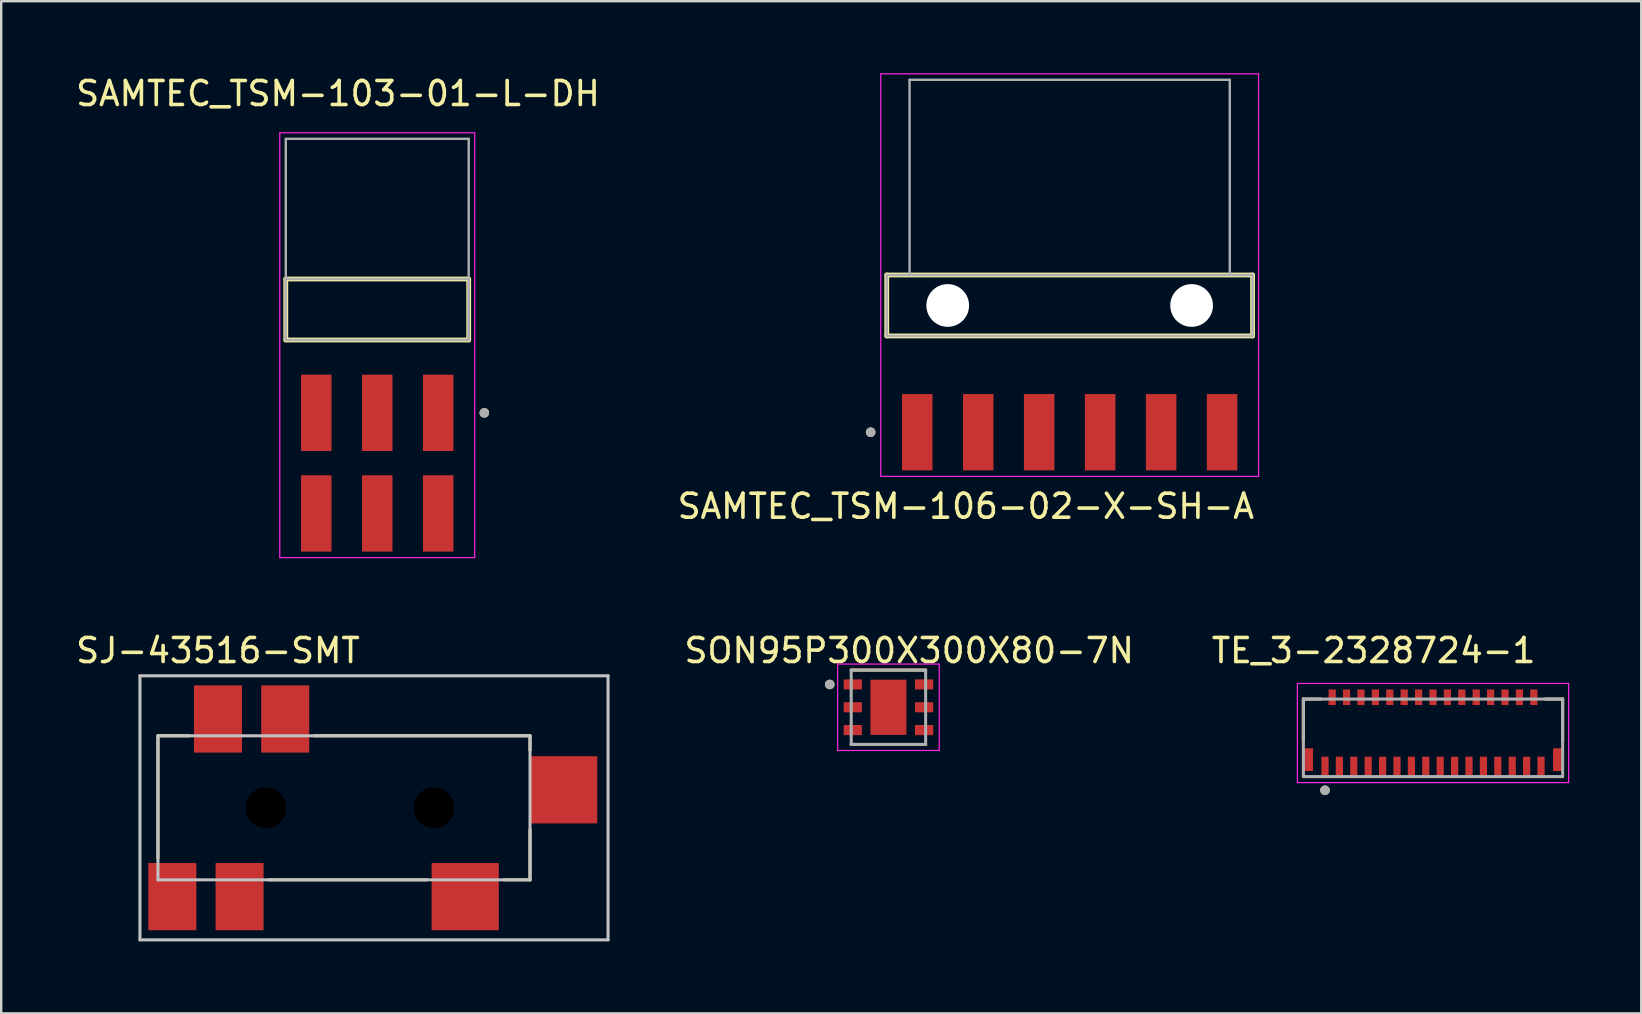
<source format=kicad_pcb>
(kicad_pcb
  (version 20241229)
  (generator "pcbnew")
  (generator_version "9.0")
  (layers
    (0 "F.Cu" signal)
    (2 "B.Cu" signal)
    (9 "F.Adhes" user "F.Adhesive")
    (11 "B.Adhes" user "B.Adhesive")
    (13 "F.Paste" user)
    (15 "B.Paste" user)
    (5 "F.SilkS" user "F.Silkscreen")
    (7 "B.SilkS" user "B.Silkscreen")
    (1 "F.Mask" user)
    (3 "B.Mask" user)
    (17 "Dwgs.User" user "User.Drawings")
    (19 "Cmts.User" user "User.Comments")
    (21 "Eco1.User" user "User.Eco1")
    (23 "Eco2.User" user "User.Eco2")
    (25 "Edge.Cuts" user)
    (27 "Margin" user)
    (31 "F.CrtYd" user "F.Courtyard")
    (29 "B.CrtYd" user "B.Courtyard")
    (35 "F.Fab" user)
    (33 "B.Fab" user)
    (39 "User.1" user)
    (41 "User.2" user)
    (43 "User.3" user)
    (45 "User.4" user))
  (footprint "TE_3-2328724-1"
    (layer "F.Cu")
    (at 56.646 27.686)
    (property "Reference" "TE_3-2328724-1" (at -2.475 -3.635 0) (layer "F.SilkS") (effects (font (size 1 1) (thickness 0.15))))
    (attr through_hole)
    (fp_line (start -5.4 -1.615) (end -5.4 0.115) (stroke (width 0.127) (type solid)) (layer "F.SilkS"))
    (fp_line (start -4.67 -1.615) (end -5.4 -1.615) (stroke (width 0.127) (type solid)) (layer "F.SilkS"))
    (fp_line (start 5.4 -1.615) (end 4.67 -1.615) (stroke (width 0.127) (type solid)) (layer "F.SilkS"))
    (fp_line (start 5.4 0.115) (end 5.4 -1.615) (stroke (width 0.127) (type solid)) (layer "F.SilkS"))
    (fp_circle (center -4.5 2.185) (end -4.4 2.185) (stroke (width 0.2) (type solid)) (fill no) (layer "F.SilkS"))
    (fp_poly (pts (xy -5.4 0.675) (xy -5.1 0.675) (xy -5.1 1.385) (xy -5.4 1.385)) (stroke (width 0.01) (type solid)) (fill yes) (layer "F.Paste"))
    (fp_poly (pts (xy -4.615 0.935) (xy -4.385 0.935) (xy -4.385 1.585) (xy -4.615 1.585)) (stroke (width 0.01) (type solid)) (fill yes) (layer "F.Paste"))
    (fp_poly (pts (xy -4.315 -2.015) (xy -4.085 -2.015) (xy -4.085 -1.475) (xy -4.315 -1.475)) (stroke (width 0.01) (type solid)) (fill yes) (layer "F.Paste"))
    (fp_poly (pts (xy -4.015 0.935) (xy -3.785 0.935) (xy -3.785 1.585) (xy -4.015 1.585)) (stroke (width 0.01) (type solid)) (fill yes) (layer "F.Paste"))
    (fp_poly (pts (xy -3.715 -2.015) (xy -3.485 -2.015) (xy -3.485 -1.475) (xy -3.715 -1.475)) (stroke (width 0.01) (type solid)) (fill yes) (layer "F.Paste"))
    (fp_poly (pts (xy -3.415 0.935) (xy -3.185 0.935) (xy -3.185 1.585) (xy -3.415 1.585)) (stroke (width 0.01) (type solid)) (fill yes) (layer "F.Paste"))
    (fp_poly (pts (xy -3.115 -2.015) (xy -2.885 -2.015) (xy -2.885 -1.475) (xy -3.115 -1.475)) (stroke (width 0.01) (type solid)) (fill yes) (layer "F.Paste"))
    (fp_poly (pts (xy -2.815 0.935) (xy -2.585 0.935) (xy -2.585 1.585) (xy -2.815 1.585)) (stroke (width 0.01) (type solid)) (fill yes) (layer "F.Paste"))
    (fp_poly (pts (xy -2.515 -2.015) (xy -2.285 -2.015) (xy -2.285 -1.475) (xy -2.515 -1.475)) (stroke (width 0.01) (type solid)) (fill yes) (layer "F.Paste"))
    (fp_poly (pts (xy -2.215 0.935) (xy -1.985 0.935) (xy -1.985 1.585) (xy -2.215 1.585)) (stroke (width 0.01) (type solid)) (fill yes) (layer "F.Paste"))
    (fp_poly (pts (xy -1.915 -2.015) (xy -1.685 -2.015) (xy -1.685 -1.475) (xy -1.915 -1.475)) (stroke (width 0.01) (type solid)) (fill yes) (layer "F.Paste"))
    (fp_poly (pts (xy -1.615 0.935) (xy -1.385 0.935) (xy -1.385 1.585) (xy -1.615 1.585)) (stroke (width 0.01) (type solid)) (fill yes) (layer "F.Paste"))
    (fp_poly (pts (xy -1.315 -2.015) (xy -1.085 -2.015) (xy -1.085 -1.475) (xy -1.315 -1.475)) (stroke (width 0.01) (type solid)) (fill yes) (layer "F.Paste"))
    (fp_poly (pts (xy -1.015 0.935) (xy -0.785 0.935) (xy -0.785 1.585) (xy -1.015 1.585)) (stroke (width 0.01) (type solid)) (fill yes) (layer "F.Paste"))
    (fp_poly (pts (xy -0.715 -2.015) (xy -0.485 -2.015) (xy -0.485 -1.475) (xy -0.715 -1.475)) (stroke (width 0.01) (type solid)) (fill yes) (layer "F.Paste"))
    (fp_poly (pts (xy -0.415 0.935) (xy -0.185 0.935) (xy -0.185 1.585) (xy -0.415 1.585)) (stroke (width 0.01) (type solid)) (fill yes) (layer "F.Paste"))
    (fp_poly (pts (xy -0.115 -2.015) (xy 0.115 -2.015) (xy 0.115 -1.475) (xy -0.115 -1.475)) (stroke (width 0.01) (type solid)) (fill yes) (layer "F.Paste"))
    (fp_poly (pts (xy 0.185 0.935) (xy 0.415 0.935) (xy 0.415 1.585) (xy 0.185 1.585)) (stroke (width 0.01) (type solid)) (fill yes) (layer "F.Paste"))
    (fp_poly (pts (xy 0.485 -2.015) (xy 0.715 -2.015) (xy 0.715 -1.475) (xy 0.485 -1.475)) (stroke (width 0.01) (type solid)) (fill yes) (layer "F.Paste"))
    (fp_poly (pts (xy 0.785 0.935) (xy 1.015 0.935) (xy 1.015 1.585) (xy 0.785 1.585)) (stroke (width 0.01) (type solid)) (fill yes) (layer "F.Paste"))
    (fp_poly (pts (xy 1.085 -2.015) (xy 1.315 -2.015) (xy 1.315 -1.475) (xy 1.085 -1.475)) (stroke (width 0.01) (type solid)) (fill yes) (layer "F.Paste"))
    (fp_poly (pts (xy 1.385 0.935) (xy 1.615 0.935) (xy 1.615 1.585) (xy 1.385 1.585)) (stroke (width 0.01) (type solid)) (fill yes) (layer "F.Paste"))
    (fp_poly (pts (xy 1.685 -2.015) (xy 1.915 -2.015) (xy 1.915 -1.475) (xy 1.685 -1.475)) (stroke (width 0.01) (type solid)) (fill yes) (layer "F.Paste"))
    (fp_poly (pts (xy 1.985 0.935) (xy 2.215 0.935) (xy 2.215 1.585) (xy 1.985 1.585)) (stroke (width 0.01) (type solid)) (fill yes) (layer "F.Paste"))
    (fp_poly (pts (xy 2.285 -2.015) (xy 2.515 -2.015) (xy 2.515 -1.475) (xy 2.285 -1.475)) (stroke (width 0.01) (type solid)) (fill yes) (layer "F.Paste"))
    (fp_poly (pts (xy 2.585 0.935) (xy 2.815 0.935) (xy 2.815 1.585) (xy 2.585 1.585)) (stroke (width 0.01) (type solid)) (fill yes) (layer "F.Paste"))
    (fp_poly (pts (xy 2.885 -2.015) (xy 3.115 -2.015) (xy 3.115 -1.475) (xy 2.885 -1.475)) (stroke (width 0.01) (type solid)) (fill yes) (layer "F.Paste"))
    (fp_poly (pts (xy 3.185 0.935) (xy 3.415 0.935) (xy 3.415 1.585) (xy 3.185 1.585)) (stroke (width 0.01) (type solid)) (fill yes) (layer "F.Paste"))
    (fp_poly (pts (xy 3.485 -2.015) (xy 3.715 -2.015) (xy 3.715 -1.475) (xy 3.485 -1.475)) (stroke (width 0.01) (type solid)) (fill yes) (layer "F.Paste"))
    (fp_poly (pts (xy 3.785 0.935) (xy 4.015 0.935) (xy 4.015 1.585) (xy 3.785 1.585)) (stroke (width 0.01) (type solid)) (fill yes) (layer "F.Paste"))
    (fp_poly (pts (xy 4.085 -2.015) (xy 4.315 -2.015) (xy 4.315 -1.475) (xy 4.085 -1.475)) (stroke (width 0.01) (type solid)) (fill yes) (layer "F.Paste"))
    (fp_poly (pts (xy 4.385 0.935) (xy 4.615 0.935) (xy 4.615 1.585) (xy 4.385 1.585)) (stroke (width 0.01) (type solid)) (fill yes) (layer "F.Paste"))
    (fp_poly (pts (xy 5.1 0.675) (xy 5.4 0.675) (xy 5.4 1.385) (xy 5.1 1.385)) (stroke (width 0.01) (type solid)) (fill yes) (layer "F.Paste"))
    (fp_line (start -5.65 -2.265) (end -5.65 1.865) (stroke (width 0.05) (type solid)) (layer "F.CrtYd"))
    (fp_line (start -5.65 1.865) (end 5.65 1.865) (stroke (width 0.05) (type solid)) (layer "F.CrtYd"))
    (fp_line (start 5.65 -2.265) (end -5.65 -2.265) (stroke (width 0.05) (type solid)) (layer "F.CrtYd"))
    (fp_line (start 5.65 1.865) (end 5.65 -2.265) (stroke (width 0.05) (type solid)) (layer "F.CrtYd"))
    (fp_line (start -5.4 -1.615) (end -5.4 1.615) (stroke (width 0.127) (type solid)) (layer "F.Fab"))
    (fp_line (start -5.4 1.615) (end 5.4 1.615) (stroke (width 0.127) (type solid)) (layer "F.Fab"))
    (fp_line (start 5.4 -1.615) (end -5.4 -1.615) (stroke (width 0.127) (type solid)) (layer "F.Fab"))
    (fp_line (start 5.4 1.615) (end 5.4 -1.615) (stroke (width 0.127) (type solid)) (layer "F.Fab"))
    (fp_circle (center -4.5 2.185) (end -4.4 2.185) (stroke (width 0.2) (type solid)) (fill no) (layer "F.Fab"))
    (pad "1" smd rect (at -4.5 1.185) (size 0.3 0.8) (layers "F.Cu" "F.Mask"))
    (pad "2" smd rect (at -4.2 -1.69) (size 0.3 0.65) (layers "F.Cu" "F.Mask"))
    (pad "3" smd rect (at -3.9 1.185) (size 0.3 0.8) (layers "F.Cu" "F.Mask"))
    (pad "4" smd rect (at -3.6 -1.69) (size 0.3 0.65) (layers "F.Cu" "F.Mask"))
    (pad "5" smd rect (at -3.3 1.185) (size 0.3 0.8) (layers "F.Cu" "F.Mask"))
    (pad "6" smd rect (at -3 -1.69) (size 0.3 0.65) (layers "F.Cu" "F.Mask"))
    (pad "7" smd rect (at -2.7 1.185) (size 0.3 0.8) (layers "F.Cu" "F.Mask"))
    (pad "8" smd rect (at -2.4 -1.69) (size 0.3 0.65) (layers "F.Cu" "F.Mask"))
    (pad "9" smd rect (at -2.1 1.185) (size 0.3 0.8) (layers "F.Cu" "F.Mask"))
    (pad "10" smd rect (at -1.8 -1.69) (size 0.3 0.65) (layers "F.Cu" "F.Mask"))
    (pad "11" smd rect (at -1.5 1.185) (size 0.3 0.8) (layers "F.Cu" "F.Mask"))
    (pad "12" smd rect (at -1.2 -1.69) (size 0.3 0.65) (layers "F.Cu" "F.Mask"))
    (pad "13" smd rect (at -0.9 1.185) (size 0.3 0.8) (layers "F.Cu" "F.Mask"))
    (pad "14" smd rect (at -0.6 -1.69) (size 0.3 0.65) (layers "F.Cu" "F.Mask"))
    (pad "15" smd rect (at -0.3 1.185) (size 0.3 0.8) (layers "F.Cu" "F.Mask"))
    (pad "16" smd rect (at 0 -1.69) (size 0.3 0.65) (layers "F.Cu" "F.Mask"))
    (pad "17" smd rect (at 0.3 1.185) (size 0.3 0.8) (layers "F.Cu" "F.Mask"))
    (pad "18" smd rect (at 0.6 -1.69) (size 0.3 0.65) (layers "F.Cu" "F.Mask"))
    (pad "19" smd rect (at 0.9 1.185) (size 0.3 0.8) (layers "F.Cu" "F.Mask"))
    (pad "20" smd rect (at 1.2 -1.69) (size 0.3 0.65) (layers "F.Cu" "F.Mask"))
    (pad "21" smd rect (at 1.5 1.185) (size 0.3 0.8) (layers "F.Cu" "F.Mask"))
    (pad "22" smd rect (at 1.8 -1.69) (size 0.3 0.65) (layers "F.Cu" "F.Mask"))
    (pad "23" smd rect (at 2.1 1.185) (size 0.3 0.8) (layers "F.Cu" "F.Mask"))
    (pad "24" smd rect (at 2.4 -1.69) (size 0.3 0.65) (layers "F.Cu" "F.Mask"))
    (pad "25" smd rect (at 2.7 1.185) (size 0.3 0.8) (layers "F.Cu" "F.Mask"))
    (pad "26" smd rect (at 3 -1.69) (size 0.3 0.65) (layers "F.Cu" "F.Mask"))
    (pad "27" smd rect (at 3.3 1.185) (size 0.3 0.8) (layers "F.Cu" "F.Mask"))
    (pad "28" smd rect (at 3.6 -1.69) (size 0.3 0.65) (layers "F.Cu" "F.Mask"))
    (pad "29" smd rect (at 3.9 1.185) (size 0.3 0.8) (layers "F.Cu" "F.Mask"))
    (pad "30" smd rect (at 4.2 -1.69) (size 0.3 0.65) (layers "F.Cu" "F.Mask"))
    (pad "31" smd rect (at 4.5 1.185) (size 0.3 0.8) (layers "F.Cu" "F.Mask"))
    (pad "S1" smd rect (at -5.2 0.91) (size 0.4 0.95) (layers "F.Cu" "F.Mask"))
    (pad "S2" smd rect (at 5.2 0.91) (size 0.4 0.95) (layers "F.Cu" "F.Mask")))
  (footprint "SAMTEC_TSM-106-02-X-SH-A"
    (layer "F.Cu")
    (at 41.51 9.675)
    (property "Reference" "SAMTEC_TSM-106-02-X-SH-A" (at -4.325 8.365 0) (layer "F.SilkS") (effects (font (size 1 1) (thickness 0.15))))
    (attr smd)
    (fp_line (start -7.62 -1.27) (end -7.62 1.27) (stroke (width 0.2) (type solid)) (layer "F.SilkS"))
    (fp_line (start -7.62 1.27) (end 7.62 1.27) (stroke (width 0.2) (type solid)) (layer "F.SilkS"))
    (fp_line (start 7.62 -1.27) (end -7.62 -1.27) (stroke (width 0.2) (type solid)) (layer "F.SilkS"))
    (fp_line (start 7.62 1.27) (end 7.62 -1.27) (stroke (width 0.2) (type solid)) (layer "F.SilkS"))
    (fp_circle (center -8.29 5.28) (end -8.19 5.28) (stroke (width 0.2) (type solid)) (fill no) (layer "F.SilkS"))
    (fp_line (start -7.87 -9.65) (end -7.87 7.12) (stroke (width 0.05) (type solid)) (layer "F.CrtYd"))
    (fp_line (start -7.87 7.12) (end 7.87 7.12) (stroke (width 0.05) (type solid)) (layer "F.CrtYd"))
    (fp_line (start 7.87 -9.65) (end -7.87 -9.65) (stroke (width 0.05) (type solid)) (layer "F.CrtYd"))
    (fp_line (start 7.87 7.12) (end 7.87 -9.65) (stroke (width 0.05) (type solid)) (layer "F.CrtYd"))
    (fp_line (start -7.62 -1.27) (end -6.67 -1.27) (stroke (width 0.1) (type solid)) (layer "F.Fab"))
    (fp_line (start -7.62 1.27) (end -7.62 -1.27) (stroke (width 0.1) (type solid)) (layer "F.Fab"))
    (fp_line (start -7.62 1.27) (end 7.62 1.27) (stroke (width 0.1) (type solid)) (layer "F.Fab"))
    (fp_line (start -6.67 -9.4) (end 6.67 -9.4) (stroke (width 0.1) (type solid)) (layer "F.Fab"))
    (fp_line (start -6.67 -1.27) (end -6.67 -9.4) (stroke (width 0.1) (type solid)) (layer "F.Fab"))
    (fp_line (start -6.67 -1.27) (end 6.67 -1.27) (stroke (width 0.1) (type solid)) (layer "F.Fab"))
    (fp_line (start 6.67 -1.27) (end 6.67 -9.4) (stroke (width 0.1) (type solid)) (layer "F.Fab"))
    (fp_line (start 6.67 -1.27) (end 7.62 -1.27) (stroke (width 0.1) (type solid)) (layer "F.Fab"))
    (fp_line (start 7.62 -1.27) (end 7.62 1.27) (stroke (width 0.1) (type solid)) (layer "F.Fab"))
    (fp_circle (center -8.29 5.28) (end -8.19 5.28) (stroke (width 0.2) (type solid)) (fill no) (layer "F.Fab"))
    (pad "" np_thru_hole circle (at -5.08 0) (size 1.78 1.78) (drill 1.78) (layers "*.Cu" "*.Mask"))
    (pad "" np_thru_hole circle (at 5.08 0) (size 1.78 1.78) (drill 1.78) (layers "*.Cu" "*.Mask"))
    (pad "01" smd rect (at -6.35 5.28) (size 1.27 3.18) (layers "F.Cu" "F.Mask" "F.Paste"))
    (pad "02" smd rect (at -3.81 5.28) (size 1.27 3.18) (layers "F.Cu" "F.Mask" "F.Paste"))
    (pad "03" smd rect (at -1.27 5.28) (size 1.27 3.18) (layers "F.Cu" "F.Mask" "F.Paste"))
    (pad "04" smd rect (at 1.27 5.28) (size 1.27 3.18) (layers "F.Cu" "F.Mask" "F.Paste"))
    (pad "05" smd rect (at 3.81 5.28) (size 1.27 3.18) (layers "F.Cu" "F.Mask" "F.Paste"))
    (pad "06" smd rect (at 6.35 5.28) (size 1.27 3.18) (layers "F.Cu" "F.Mask" "F.Paste")))
  (footprint "SJ-43516-SMT"
    (layer "F.Cu")
    (at 11.53 30.602)
    (property "Reference" "SJ-43516-SMT" (at -5.5 -6.55 0) (layer "F.SilkS") (effects (font (size 1 1) (thickness 0.15))))
    (attr smd)
    (fp_line (start -8 -3) (end -8 2.1) (stroke (width 0.127) (type solid)) (layer "F.SilkS"))
    (fp_line (start -8 -3) (end -6.7 -3) (stroke (width 0.127) (type solid)) (layer "F.SilkS"))
    (fp_line (start -3.4 3) (end 3.2 3) (stroke (width 0.127) (type solid)) (layer "F.SilkS"))
    (fp_line (start 7.5 -3) (end -1.5 -3) (stroke (width 0.127) (type solid)) (layer "F.SilkS"))
    (fp_line (start 7.5 -3) (end 7.5 -2.4) (stroke (width 0.127) (type solid)) (layer "F.SilkS"))
    (fp_line (start 7.5 3) (end 6.4 3) (stroke (width 0.127) (type solid)) (layer "F.SilkS"))
    (fp_line (start 7.5 3) (end 7.5 0.9) (stroke (width 0.127) (type solid)) (layer "F.SilkS"))
    (fp_line (start -8.75 -5.5) (end -8.75 5.5) (stroke (width 0.127) (type solid)) (layer "Dwgs.User"))
    (fp_line (start -8.75 5.5) (end 10.75 5.5) (stroke (width 0.127) (type solid)) (layer "Dwgs.User"))
    (fp_line (start -8 -3) (end -8 3) (stroke (width 0.127) (type solid)) (layer "Dwgs.User"))
    (fp_line (start -8 3) (end 7.5 3) (stroke (width 0.127) (type solid)) (layer "Dwgs.User"))
    (fp_line (start 7.5 -3) (end -8 -3) (stroke (width 0.127) (type solid)) (layer "Dwgs.User"))
    (fp_line (start 7.5 3) (end 7.5 -3) (stroke (width 0.127) (type solid)) (layer "Dwgs.User"))
    (fp_line (start 10.75 -5.5) (end -8.75 -5.5) (stroke (width 0.127) (type solid)) (layer "Dwgs.User"))
    (fp_line (start 10.75 5.5) (end 10.75 -5.5) (stroke (width 0.127) (type solid)) (layer "Dwgs.User"))
    (pad "" np_thru_hole circle (at -3.5 0) (size 1.7 1.7) (drill 1.7) (layers))
    (pad "" np_thru_hole circle (at 3.5 0) (size 1.7 1.7) (drill 1.7) (layers))
    (pad "1" smd rect (at -7.4 3.7) (size 2 2.8) (layers "F.Cu" "F.Mask" "F.Paste"))
    (pad "2" smd rect (at 4.8 3.7) (size 2.8 2.8) (layers "F.Cu" "F.Mask" "F.Paste"))
    (pad "3" smd rect (at -2.7 -3.7) (size 2 2.8) (layers "F.Cu" "F.Mask" "F.Paste"))
    (pad "4" smd rect (at -4.6 3.7) (size 2 2.8) (layers "F.Cu" "F.Mask" "F.Paste"))
    (pad "5" smd rect (at 8.9 -0.75) (size 2.8 2.8) (layers "F.Cu" "F.Mask" "F.Paste"))
    (pad "6" smd rect (at -5.5 -3.7) (size 2 2.8) (layers "F.Cu" "F.Mask" "F.Paste")))
  (footprint "SON95P300X300X80-7N"
    (layer "F.Cu")
    (at 33.96 26.413)
    (property "Reference" "SON95P300X300X80-7N" (at 0.865 -2.362 0) (layer "F.SilkS") (effects (font (size 1 1) (thickness 0.15))))
    (attr through_hole)
    (fp_line (start -1.55 -1.55) (end 1.55 -1.55) (stroke (width 0.127) (type solid)) (layer "F.SilkS"))
    (fp_line (start -1.55 1.55) (end 1.55 1.55) (stroke (width 0.127) (type solid)) (layer "F.SilkS"))
    (fp_circle (center -2.445 -0.95) (end -2.345 -0.95) (stroke (width 0.2) (type solid)) (fill no) (layer "F.SilkS"))
    (fp_poly (pts (xy -0.47 -0.73) (xy 0.47 -0.73) (xy 0.47 0.73) (xy -0.47 0.73)) (stroke (width 0.01) (type solid)) (fill yes) (layer "F.Paste"))
    (fp_line (start -2.115 -1.8) (end -2.115 1.8) (stroke (width 0.05) (type solid)) (layer "F.CrtYd"))
    (fp_line (start -2.115 -1.8) (end 2.115 -1.8) (stroke (width 0.05) (type solid)) (layer "F.CrtYd"))
    (fp_line (start -2.115 1.8) (end 2.115 1.8) (stroke (width 0.05) (type solid)) (layer "F.CrtYd"))
    (fp_line (start 2.115 -1.8) (end 2.115 1.8) (stroke (width 0.05) (type solid)) (layer "F.CrtYd"))
    (fp_line (start -1.55 -1.55) (end -1.55 1.55) (stroke (width 0.127) (type solid)) (layer "F.Fab"))
    (fp_line (start -1.55 -1.55) (end 1.55 -1.55) (stroke (width 0.127) (type solid)) (layer "F.Fab"))
    (fp_line (start -1.55 1.55) (end 1.55 1.55) (stroke (width 0.127) (type solid)) (layer "F.Fab"))
    (fp_line (start 1.55 -1.55) (end 1.55 1.55) (stroke (width 0.127) (type solid)) (layer "F.Fab"))
    (fp_circle (center -2.445 -0.95) (end -2.345 -0.95) (stroke (width 0.2) (type solid)) (fill no) (layer "F.Fab"))
    (pad "1" smd roundrect (at -1.485 -0.95) (size 0.76 0.42) (layers "F.Cu" "F.Mask" "F.Paste") (roundrect_rratio 0.05))
    (pad "2" smd roundrect (at -1.485 0) (size 0.76 0.42) (layers "F.Cu" "F.Mask" "F.Paste") (roundrect_rratio 0.05))
    (pad "3" smd roundrect (at -1.485 0.95) (size 0.76 0.42) (layers "F.Cu" "F.Mask" "F.Paste") (roundrect_rratio 0.05))
    (pad "4" smd roundrect (at 1.485 0.95) (size 0.76 0.42) (layers "F.Cu" "F.Mask" "F.Paste") (roundrect_rratio 0.05))
    (pad "5" smd roundrect (at 1.485 0) (size 0.76 0.42) (layers "F.Cu" "F.Mask" "F.Paste") (roundrect_rratio 0.05))
    (pad "6" smd roundrect (at 1.485 -0.95) (size 0.76 0.42) (layers "F.Cu" "F.Mask" "F.Paste") (roundrect_rratio 0.05))
    (pad "7" smd rect (at 0 0) (size 1.5 2.3) (layers "F.Cu" "F.Mask")))
  (footprint "SAMTEC_TSM-103-01-L-DH"
    (layer "F.Cu")
    (at 12.665 9.843)
    (property "Reference" "SAMTEC_TSM-103-01-L-DH" (at -1.635 -8.995 0) (layer "F.SilkS") (effects (font (size 1 1) (thickness 0.15))))
    (attr smd)
    (fp_line (start -3.81 1.27) (end -3.81 -1.27) (stroke (width 0.2) (type solid)) (layer "F.SilkS"))
    (fp_line (start 3.81 -1.27) (end -3.81 -1.27) (stroke (width 0.2) (type solid)) (layer "F.SilkS"))
    (fp_line (start 3.81 -1.27) (end 3.81 1.27) (stroke (width 0.2) (type solid)) (layer "F.SilkS"))
    (fp_line (start 3.81 1.27) (end -3.81 1.27) (stroke (width 0.2) (type solid)) (layer "F.SilkS"))
    (fp_circle (center 4.46 4.305) (end 4.56 4.305) (stroke (width 0.2) (type solid)) (fill no) (layer "F.SilkS"))
    (fp_line (start -4.06 -7.36) (end 4.06 -7.36) (stroke (width 0.05) (type solid)) (layer "F.CrtYd"))
    (fp_line (start -4.06 10.335) (end -4.06 -7.36) (stroke (width 0.05) (type solid)) (layer "F.CrtYd"))
    (fp_line (start 4.06 -7.36) (end 4.06 10.335) (stroke (width 0.05) (type solid)) (layer "F.CrtYd"))
    (fp_line (start 4.06 10.335) (end -4.06 10.335) (stroke (width 0.05) (type solid)) (layer "F.CrtYd"))
    (fp_line (start -3.81 -7.11) (end 3.81 -7.11) (stroke (width 0.1) (type solid)) (layer "F.Fab"))
    (fp_line (start -3.81 -1.27) (end 3.81 -1.27) (stroke (width 0.1) (type solid)) (layer "F.Fab"))
    (fp_line (start -3.81 1.27) (end -3.81 -7.11) (stroke (width 0.1) (type solid)) (layer "F.Fab"))
    (fp_line (start -3.81 1.27) (end -3.81 -1.27) (stroke (width 0.1) (type solid)) (layer "F.Fab"))
    (fp_line (start 3.81 -7.11) (end 3.81 1.27) (stroke (width 0.1) (type solid)) (layer "F.Fab"))
    (fp_line (start 3.81 -1.27) (end 3.81 1.27) (stroke (width 0.1) (type solid)) (layer "F.Fab"))
    (fp_line (start 3.81 1.27) (end -3.81 1.27) (stroke (width 0.1) (type solid)) (layer "F.Fab"))
    (fp_circle (center 4.46 4.305) (end 4.56 4.305) (stroke (width 0.2) (type solid)) (fill no) (layer "F.Fab"))
    (pad "01" smd rect (at 2.54 4.305) (size 1.27 3.18) (layers "F.Cu" "F.Mask" "F.Paste"))
    (pad "02" smd rect (at 2.54 8.495) (size 1.27 3.18) (layers "F.Cu" "F.Mask" "F.Paste"))
    (pad "03" smd rect (at 0 4.305) (size 1.27 3.18) (layers "F.Cu" "F.Mask" "F.Paste"))
    (pad "04" smd rect (at 0 8.495) (size 1.27 3.18) (layers "F.Cu" "F.Mask" "F.Paste"))
    (pad "05" smd rect (at -2.54 4.305) (size 1.27 3.18) (layers "F.Cu" "F.Mask" "F.Paste"))
    (pad "06" smd rect (at -2.54 8.495) (size 1.27 3.18) (layers "F.Cu" "F.Mask" "F.Paste")))
  (gr_rect
    (start -3 -3)
    (end 65.321 39.165)
    (stroke (width 0.1) (type default))
    (fill no)
    (layer "Edge.Cuts")))
</source>
